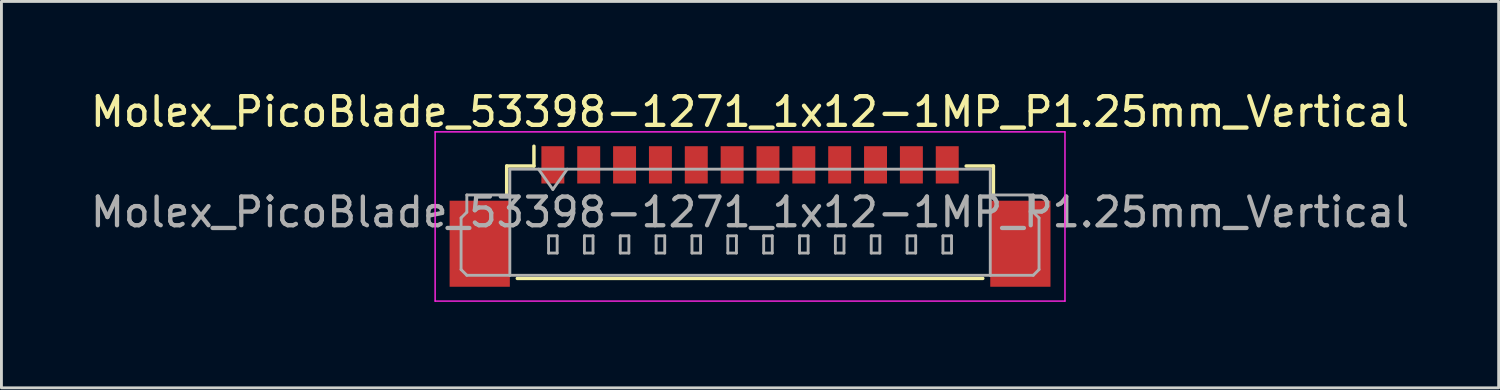
<source format=kicad_pcb>
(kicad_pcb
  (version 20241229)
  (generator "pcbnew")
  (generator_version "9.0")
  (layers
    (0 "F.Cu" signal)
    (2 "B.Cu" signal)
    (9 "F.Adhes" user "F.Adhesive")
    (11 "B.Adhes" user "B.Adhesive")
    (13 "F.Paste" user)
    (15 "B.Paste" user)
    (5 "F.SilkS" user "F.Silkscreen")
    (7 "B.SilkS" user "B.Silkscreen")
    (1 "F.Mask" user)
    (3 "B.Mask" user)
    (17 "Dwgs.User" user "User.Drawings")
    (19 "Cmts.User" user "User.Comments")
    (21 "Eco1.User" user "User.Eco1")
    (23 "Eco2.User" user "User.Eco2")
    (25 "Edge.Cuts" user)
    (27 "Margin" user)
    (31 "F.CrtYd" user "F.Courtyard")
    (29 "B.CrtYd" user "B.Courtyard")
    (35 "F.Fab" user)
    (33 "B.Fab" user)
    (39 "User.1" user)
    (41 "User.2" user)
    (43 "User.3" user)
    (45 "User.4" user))
  (footprint "Molex_PicoBlade_53398-1271_1x12-1MP_P1.25mm_Vertical"
    (layer "F.Cu")
    (at 23.101 3.948)
    (property "Reference" "Molex_PicoBlade_53398-1271_1x12-1MP_P1.25mm_Vertical" (at 0 -3.1 0) (layer "F.SilkS") (effects (font (size 1 1) (thickness 0.15))))
    (attr smd)
    (fp_line (start -8.485 -1.21) (end -7.535 -1.21) (stroke (width 0.12) (type solid)) (layer "F.SilkS"))
    (fp_line (start -8.485 -0.26) (end -8.485 -1.21) (stroke (width 0.12) (type solid)) (layer "F.SilkS"))
    (fp_line (start -8.115 2.71) (end 8.115 2.71) (stroke (width 0.12) (type solid)) (layer "F.SilkS"))
    (fp_line (start -7.535 -1.21) (end -7.535 -1.9) (stroke (width 0.12) (type solid)) (layer "F.SilkS"))
    (fp_line (start 8.485 -1.21) (end 7.535 -1.21) (stroke (width 0.12) (type solid)) (layer "F.SilkS"))
    (fp_line (start 8.485 -0.26) (end 8.485 -1.21) (stroke (width 0.12) (type solid)) (layer "F.SilkS"))
    (fp_line (start -10.98 -2.4) (end -10.98 3.5) (stroke (width 0.05) (type solid)) (layer "F.CrtYd"))
    (fp_line (start -10.98 3.5) (end 10.98 3.5) (stroke (width 0.05) (type solid)) (layer "F.CrtYd"))
    (fp_line (start 10.98 -2.4) (end -10.98 -2.4) (stroke (width 0.05) (type solid)) (layer "F.CrtYd"))
    (fp_line (start 10.98 3.5) (end 10.98 -2.4) (stroke (width 0.05) (type solid)) (layer "F.CrtYd"))
    (fp_line (start -10.075 0.6) (end -9.875 0.4) (stroke (width 0.1) (type solid)) (layer "F.Fab"))
    (fp_line (start -10.075 2.4) (end -10.075 0.6) (stroke (width 0.1) (type solid)) (layer "F.Fab"))
    (fp_line (start -9.875 -0.2) (end -8.375 -0.2) (stroke (width 0.1) (type solid)) (layer "F.Fab"))
    (fp_line (start -9.875 0.4) (end -9.875 -0.2) (stroke (width 0.1) (type solid)) (layer "F.Fab"))
    (fp_line (start -9.875 2.6) (end -10.075 2.4) (stroke (width 0.1) (type solid)) (layer "F.Fab"))
    (fp_line (start -8.375 -1.1) (end -8.375 2.6) (stroke (width 0.1) (type solid)) (layer "F.Fab"))
    (fp_line (start -8.375 -1.1) (end 8.375 -1.1) (stroke (width 0.1) (type solid)) (layer "F.Fab"))
    (fp_line (start -8.375 2.6) (end -9.875 2.6) (stroke (width 0.1) (type solid)) (layer "F.Fab"))
    (fp_line (start -8.375 2.6) (end 8.375 2.6) (stroke (width 0.1) (type solid)) (layer "F.Fab"))
    (fp_line (start -7.375 -1.1) (end -6.875 -0.393) (stroke (width 0.1) (type solid)) (layer "F.Fab"))
    (fp_line (start -7.025 1.225) (end -7.025 1.825) (stroke (width 0.1) (type solid)) (layer "F.Fab"))
    (fp_line (start -7.025 1.825) (end -6.725 1.825) (stroke (width 0.1) (type solid)) (layer "F.Fab"))
    (fp_line (start -6.875 -0.393) (end -6.375 -1.1) (stroke (width 0.1) (type solid)) (layer "F.Fab"))
    (fp_line (start -6.725 1.225) (end -7.025 1.225) (stroke (width 0.1) (type solid)) (layer "F.Fab"))
    (fp_line (start -6.725 1.825) (end -6.725 1.225) (stroke (width 0.1) (type solid)) (layer "F.Fab"))
    (fp_line (start -5.775 1.225) (end -5.775 1.825) (stroke (width 0.1) (type solid)) (layer "F.Fab"))
    (fp_line (start -5.775 1.825) (end -5.475 1.825) (stroke (width 0.1) (type solid)) (layer "F.Fab"))
    (fp_line (start -5.475 1.225) (end -5.775 1.225) (stroke (width 0.1) (type solid)) (layer "F.Fab"))
    (fp_line (start -5.475 1.825) (end -5.475 1.225) (stroke (width 0.1) (type solid)) (layer "F.Fab"))
    (fp_line (start -4.525 1.225) (end -4.525 1.825) (stroke (width 0.1) (type solid)) (layer "F.Fab"))
    (fp_line (start -4.525 1.825) (end -4.225 1.825) (stroke (width 0.1) (type solid)) (layer "F.Fab"))
    (fp_line (start -4.225 1.225) (end -4.525 1.225) (stroke (width 0.1) (type solid)) (layer "F.Fab"))
    (fp_line (start -4.225 1.825) (end -4.225 1.225) (stroke (width 0.1) (type solid)) (layer "F.Fab"))
    (fp_line (start -3.275 1.225) (end -3.275 1.825) (stroke (width 0.1) (type solid)) (layer "F.Fab"))
    (fp_line (start -3.275 1.825) (end -2.975 1.825) (stroke (width 0.1) (type solid)) (layer "F.Fab"))
    (fp_line (start -2.975 1.225) (end -3.275 1.225) (stroke (width 0.1) (type solid)) (layer "F.Fab"))
    (fp_line (start -2.975 1.825) (end -2.975 1.225) (stroke (width 0.1) (type solid)) (layer "F.Fab"))
    (fp_line (start -2.025 1.225) (end -2.025 1.825) (stroke (width 0.1) (type solid)) (layer "F.Fab"))
    (fp_line (start -2.025 1.825) (end -1.725 1.825) (stroke (width 0.1) (type solid)) (layer "F.Fab"))
    (fp_line (start -1.725 1.225) (end -2.025 1.225) (stroke (width 0.1) (type solid)) (layer "F.Fab"))
    (fp_line (start -1.725 1.825) (end -1.725 1.225) (stroke (width 0.1) (type solid)) (layer "F.Fab"))
    (fp_line (start -0.775 1.225) (end -0.775 1.825) (stroke (width 0.1) (type solid)) (layer "F.Fab"))
    (fp_line (start -0.775 1.825) (end -0.475 1.825) (stroke (width 0.1) (type solid)) (layer "F.Fab"))
    (fp_line (start -0.475 1.225) (end -0.775 1.225) (stroke (width 0.1) (type solid)) (layer "F.Fab"))
    (fp_line (start -0.475 1.825) (end -0.475 1.225) (stroke (width 0.1) (type solid)) (layer "F.Fab"))
    (fp_line (start 0.475 1.225) (end 0.475 1.825) (stroke (width 0.1) (type solid)) (layer "F.Fab"))
    (fp_line (start 0.475 1.825) (end 0.775 1.825) (stroke (width 0.1) (type solid)) (layer "F.Fab"))
    (fp_line (start 0.775 1.225) (end 0.475 1.225) (stroke (width 0.1) (type solid)) (layer "F.Fab"))
    (fp_line (start 0.775 1.825) (end 0.775 1.225) (stroke (width 0.1) (type solid)) (layer "F.Fab"))
    (fp_line (start 1.725 1.225) (end 1.725 1.825) (stroke (width 0.1) (type solid)) (layer "F.Fab"))
    (fp_line (start 1.725 1.825) (end 2.025 1.825) (stroke (width 0.1) (type solid)) (layer "F.Fab"))
    (fp_line (start 2.025 1.225) (end 1.725 1.225) (stroke (width 0.1) (type solid)) (layer "F.Fab"))
    (fp_line (start 2.025 1.825) (end 2.025 1.225) (stroke (width 0.1) (type solid)) (layer "F.Fab"))
    (fp_line (start 2.975 1.225) (end 2.975 1.825) (stroke (width 0.1) (type solid)) (layer "F.Fab"))
    (fp_line (start 2.975 1.825) (end 3.275 1.825) (stroke (width 0.1) (type solid)) (layer "F.Fab"))
    (fp_line (start 3.275 1.225) (end 2.975 1.225) (stroke (width 0.1) (type solid)) (layer "F.Fab"))
    (fp_line (start 3.275 1.825) (end 3.275 1.225) (stroke (width 0.1) (type solid)) (layer "F.Fab"))
    (fp_line (start 4.225 1.225) (end 4.225 1.825) (stroke (width 0.1) (type solid)) (layer "F.Fab"))
    (fp_line (start 4.225 1.825) (end 4.525 1.825) (stroke (width 0.1) (type solid)) (layer "F.Fab"))
    (fp_line (start 4.525 1.225) (end 4.225 1.225) (stroke (width 0.1) (type solid)) (layer "F.Fab"))
    (fp_line (start 4.525 1.825) (end 4.525 1.225) (stroke (width 0.1) (type solid)) (layer "F.Fab"))
    (fp_line (start 5.475 1.225) (end 5.475 1.825) (stroke (width 0.1) (type solid)) (layer "F.Fab"))
    (fp_line (start 5.475 1.825) (end 5.775 1.825) (stroke (width 0.1) (type solid)) (layer "F.Fab"))
    (fp_line (start 5.775 1.225) (end 5.475 1.225) (stroke (width 0.1) (type solid)) (layer "F.Fab"))
    (fp_line (start 5.775 1.825) (end 5.775 1.225) (stroke (width 0.1) (type solid)) (layer "F.Fab"))
    (fp_line (start 6.725 1.225) (end 6.725 1.825) (stroke (width 0.1) (type solid)) (layer "F.Fab"))
    (fp_line (start 6.725 1.825) (end 7.025 1.825) (stroke (width 0.1) (type solid)) (layer "F.Fab"))
    (fp_line (start 7.025 1.225) (end 6.725 1.225) (stroke (width 0.1) (type solid)) (layer "F.Fab"))
    (fp_line (start 7.025 1.825) (end 7.025 1.225) (stroke (width 0.1) (type solid)) (layer "F.Fab"))
    (fp_line (start 8.375 -1.1) (end 8.375 2.6) (stroke (width 0.1) (type solid)) (layer "F.Fab"))
    (fp_line (start 8.375 2.6) (end 9.875 2.6) (stroke (width 0.1) (type solid)) (layer "F.Fab"))
    (fp_line (start 9.875 -0.2) (end 8.375 -0.2) (stroke (width 0.1) (type solid)) (layer "F.Fab"))
    (fp_line (start 9.875 0.4) (end 9.875 -0.2) (stroke (width 0.1) (type solid)) (layer "F.Fab"))
    (fp_line (start 9.875 2.6) (end 10.075 2.4) (stroke (width 0.1) (type solid)) (layer "F.Fab"))
    (fp_line (start 10.075 0.6) (end 9.875 0.4) (stroke (width 0.1) (type solid)) (layer "F.Fab"))
    (fp_line (start 10.075 2.4) (end 10.075 0.6) (stroke (width 0.1) (type solid)) (layer "F.Fab"))
    (fp_text user "${REFERENCE}" (at 0 0.4 0) (layer "F.Fab") (effects (font (size 1 1) (thickness 0.15))))
    (pad "1" smd rect (at -6.875 -1.25) (size 0.8 1.3) (layers "F.Cu" "F.Mask" "F.Paste"))
    (pad "2" smd rect (at -5.625 -1.25) (size 0.8 1.3) (layers "F.Cu" "F.Mask" "F.Paste"))
    (pad "3" smd rect (at -4.375 -1.25) (size 0.8 1.3) (layers "F.Cu" "F.Mask" "F.Paste"))
    (pad "4" smd rect (at -3.125 -1.25) (size 0.8 1.3) (layers "F.Cu" "F.Mask" "F.Paste"))
    (pad "5" smd rect (at -1.875 -1.25) (size 0.8 1.3) (layers "F.Cu" "F.Mask" "F.Paste"))
    (pad "6" smd rect (at -0.625 -1.25) (size 0.8 1.3) (layers "F.Cu" "F.Mask" "F.Paste"))
    (pad "7" smd rect (at 0.625 -1.25) (size 0.8 1.3) (layers "F.Cu" "F.Mask" "F.Paste"))
    (pad "8" smd rect (at 1.875 -1.25) (size 0.8 1.3) (layers "F.Cu" "F.Mask" "F.Paste"))
    (pad "9" smd rect (at 3.125 -1.25) (size 0.8 1.3) (layers "F.Cu" "F.Mask" "F.Paste"))
    (pad "10" smd rect (at 4.375 -1.25) (size 0.8 1.3) (layers "F.Cu" "F.Mask" "F.Paste"))
    (pad "11" smd rect (at 5.625 -1.25) (size 0.8 1.3) (layers "F.Cu" "F.Mask" "F.Paste"))
    (pad "12" smd rect (at 6.875 -1.25) (size 0.8 1.3) (layers "F.Cu" "F.Mask" "F.Paste"))
    (pad "MP" smd rect (at -9.425 1.5) (size 2.1 3) (layers "F.Cu" "F.Mask" "F.Paste"))
    (pad "MP" smd rect (at 9.425 1.5) (size 2.1 3) (layers "F.Cu" "F.Mask" "F.Paste")))
  (gr_rect
    (start -3 -3)
    (end 49.202 10.473)
    (stroke (width 0.1) (type default))
    (fill no)
    (layer "Edge.Cuts")))
</source>
